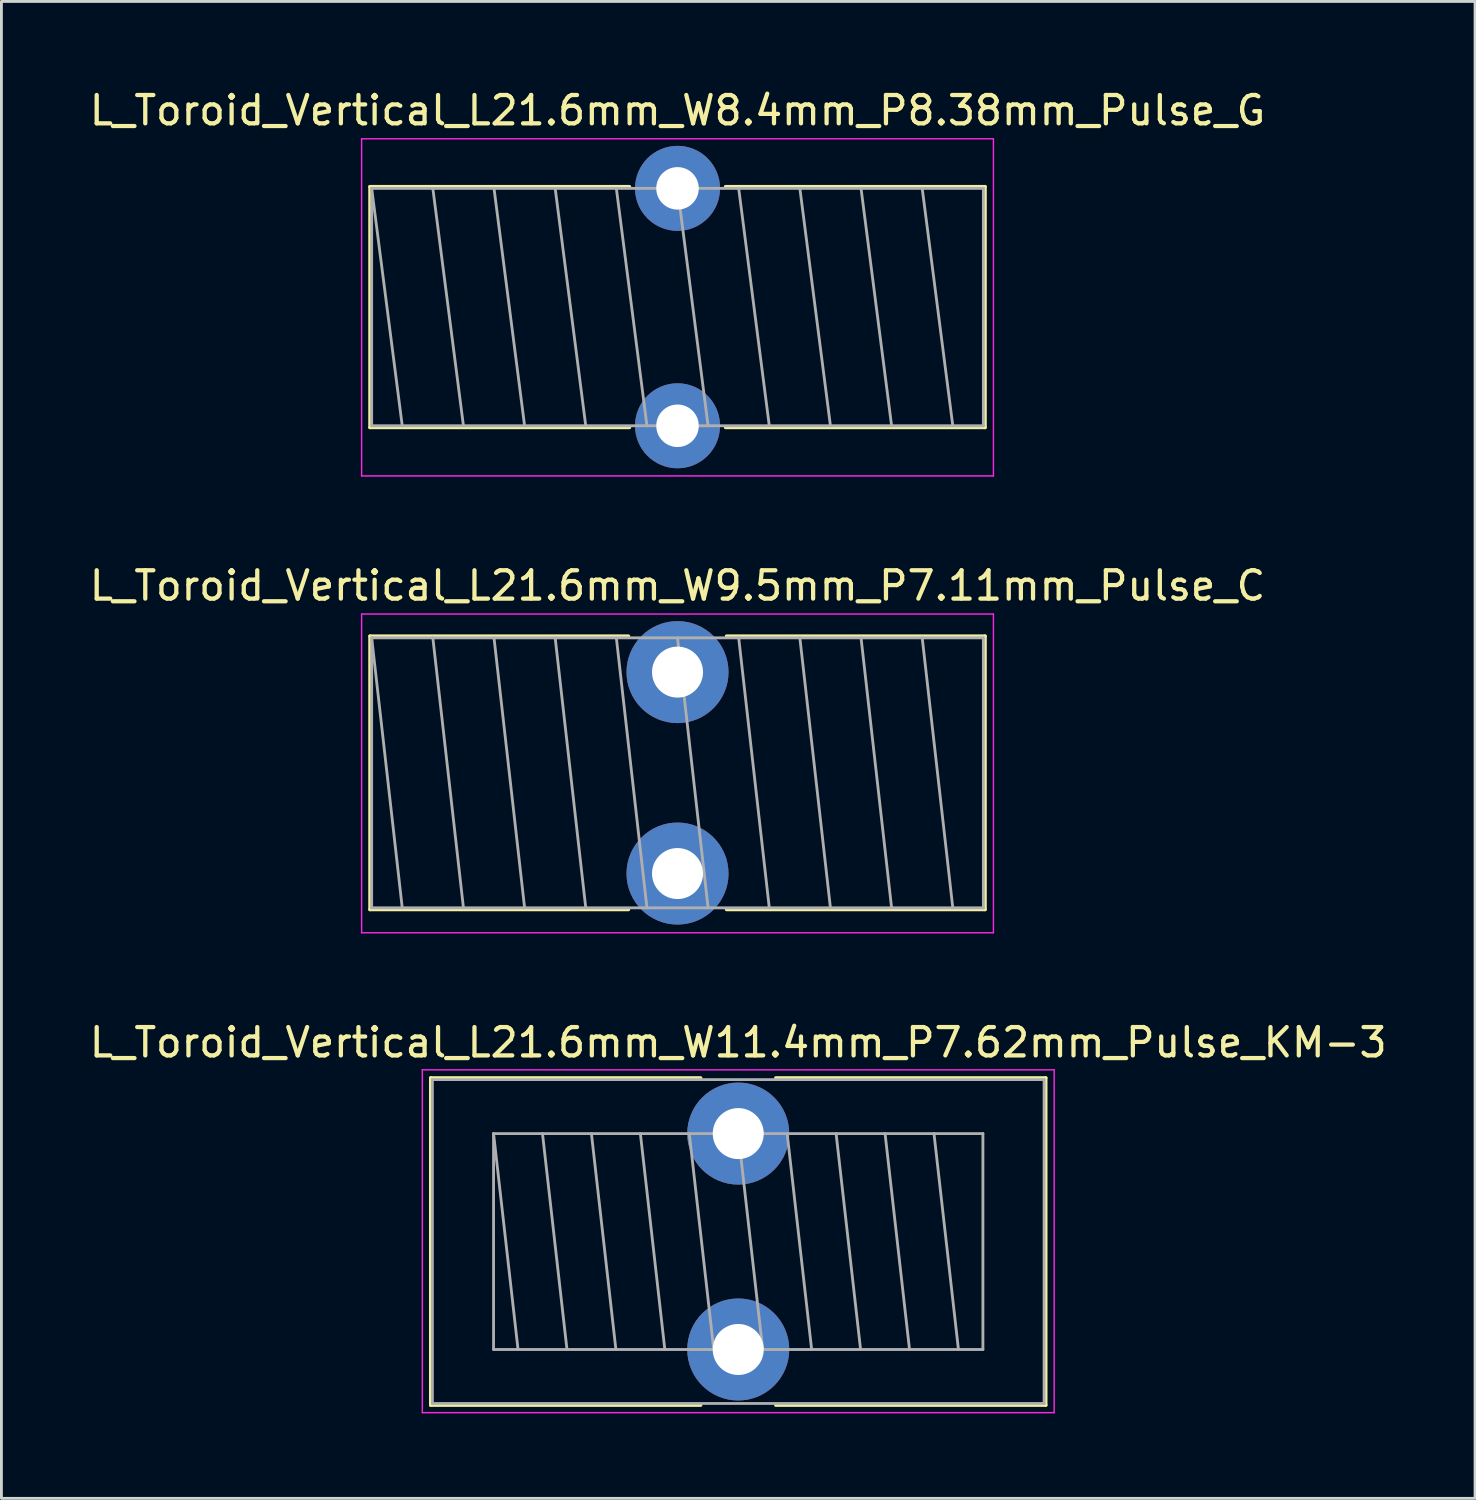
<source format=kicad_pcb>
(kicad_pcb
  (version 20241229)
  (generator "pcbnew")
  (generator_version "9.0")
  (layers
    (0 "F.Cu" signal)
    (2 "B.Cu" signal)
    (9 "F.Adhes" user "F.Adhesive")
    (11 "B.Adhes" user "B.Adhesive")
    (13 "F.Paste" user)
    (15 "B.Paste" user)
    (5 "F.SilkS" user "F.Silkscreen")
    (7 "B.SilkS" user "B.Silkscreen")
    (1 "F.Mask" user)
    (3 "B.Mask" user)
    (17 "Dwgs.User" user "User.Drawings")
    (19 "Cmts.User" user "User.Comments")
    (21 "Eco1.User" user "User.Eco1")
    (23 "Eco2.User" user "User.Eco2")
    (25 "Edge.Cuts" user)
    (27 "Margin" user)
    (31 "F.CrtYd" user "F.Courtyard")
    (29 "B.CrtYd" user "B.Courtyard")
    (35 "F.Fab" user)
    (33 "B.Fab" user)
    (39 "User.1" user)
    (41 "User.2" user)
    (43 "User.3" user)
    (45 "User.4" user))
  (footprint "L_Toroid_Vertical_L21.6mm_W8.4mm_P8.38mm_Pulse_G"
    (layer "F.Cu")
    (at 20.863 3.598)
    (property "Reference" "L_Toroid_Vertical_L21.6mm_W8.4mm_P8.38mm_Pulse_G" (at 0 -2.75 0) (layer "F.SilkS") (effects (font (size 1 1) (thickness 0.15))))
    (attr through_hole)
    (fp_line (start -10.855 -0.06) (end -10.855 8.44) (stroke (width 0.12) (type solid)) (layer "F.SilkS"))
    (fp_line (start -10.855 -0.06) (end -1.695 -0.06) (stroke (width 0.12) (type solid)) (layer "F.SilkS"))
    (fp_line (start -10.855 8.44) (end -1.695 8.44) (stroke (width 0.12) (type solid)) (layer "F.SilkS"))
    (fp_line (start 1.695 -0.06) (end 10.855 -0.06) (stroke (width 0.12) (type solid)) (layer "F.SilkS"))
    (fp_line (start 1.695 8.44) (end 10.855 8.44) (stroke (width 0.12) (type solid)) (layer "F.SilkS"))
    (fp_line (start 10.855 -0.06) (end 10.855 8.44) (stroke (width 0.12) (type solid)) (layer "F.SilkS"))
    (fp_line (start -11.15 -1.75) (end -11.15 10.15) (stroke (width 0.05) (type solid)) (layer "F.CrtYd"))
    (fp_line (start -11.15 10.15) (end 11.15 10.15) (stroke (width 0.05) (type solid)) (layer "F.CrtYd"))
    (fp_line (start 11.15 -1.75) (end -11.15 -1.75) (stroke (width 0.05) (type solid)) (layer "F.CrtYd"))
    (fp_line (start 11.15 10.15) (end 11.15 -1.75) (stroke (width 0.05) (type solid)) (layer "F.CrtYd"))
    (fp_line (start -10.795 0) (end -10.795 8.38) (stroke (width 0.1) (type solid)) (layer "F.Fab"))
    (fp_line (start -10.795 0) (end -9.716 8.38) (stroke (width 0.1) (type solid)) (layer "F.Fab"))
    (fp_line (start -10.795 8.38) (end 10.795 8.38) (stroke (width 0.1) (type solid)) (layer "F.Fab"))
    (fp_line (start -8.636 0) (end -7.556 8.38) (stroke (width 0.1) (type solid)) (layer "F.Fab"))
    (fp_line (start -6.477 0) (end -5.397 8.38) (stroke (width 0.1) (type solid)) (layer "F.Fab"))
    (fp_line (start -4.318 0) (end -3.239 8.38) (stroke (width 0.1) (type solid)) (layer "F.Fab"))
    (fp_line (start -2.159 0) (end -1.079 8.38) (stroke (width 0.1) (type solid)) (layer "F.Fab"))
    (fp_line (start 0 0) (end 1.079 8.38) (stroke (width 0.1) (type solid)) (layer "F.Fab"))
    (fp_line (start 2.159 0) (end 3.239 8.38) (stroke (width 0.1) (type solid)) (layer "F.Fab"))
    (fp_line (start 4.318 0) (end 5.397 8.38) (stroke (width 0.1) (type solid)) (layer "F.Fab"))
    (fp_line (start 6.477 0) (end 7.556 8.38) (stroke (width 0.1) (type solid)) (layer "F.Fab"))
    (fp_line (start 8.636 0) (end 9.716 8.38) (stroke (width 0.1) (type solid)) (layer "F.Fab"))
    (fp_line (start 10.795 0) (end -10.795 0) (stroke (width 0.1) (type solid)) (layer "F.Fab"))
    (fp_line (start 10.795 8.38) (end 10.795 0) (stroke (width 0.1) (type solid)) (layer "F.Fab"))
    (pad "1" thru_hole circle (at 0 0) (size 3 3) (drill 1.5) (layers "*.Cu" "*.Mask"))
    (pad "2" thru_hole circle (at 0 8.38) (size 3 3) (drill 1.5) (layers "*.Cu" "*.Mask")))
  (footprint "L_Toroid_Vertical_L21.6mm_W9.5mm_P7.11mm_Pulse_C"
    (layer "F.Cu")
    (at 20.863 20.672)
    (property "Reference" "L_Toroid_Vertical_L21.6mm_W9.5mm_P7.11mm_Pulse_C" (at 0 -3.05 0) (layer "F.SilkS") (effects (font (size 1 1) (thickness 0.15))))
    (attr through_hole)
    (fp_line (start -10.855 -1.27) (end -10.855 8.38) (stroke (width 0.12) (type solid)) (layer "F.SilkS"))
    (fp_line (start -10.855 -1.27) (end -1.73 -1.27) (stroke (width 0.12) (type solid)) (layer "F.SilkS"))
    (fp_line (start -10.855 8.38) (end -1.73 8.38) (stroke (width 0.12) (type solid)) (layer "F.SilkS"))
    (fp_line (start 1.73 -1.27) (end 10.855 -1.27) (stroke (width 0.12) (type solid)) (layer "F.SilkS"))
    (fp_line (start 1.73 8.38) (end 10.855 8.38) (stroke (width 0.12) (type solid)) (layer "F.SilkS"))
    (fp_line (start 10.855 -1.27) (end 10.855 8.38) (stroke (width 0.12) (type solid)) (layer "F.SilkS"))
    (fp_line (start -11.15 -2.05) (end -11.15 9.2) (stroke (width 0.05) (type solid)) (layer "F.CrtYd"))
    (fp_line (start -11.15 9.2) (end 11.15 9.2) (stroke (width 0.05) (type solid)) (layer "F.CrtYd"))
    (fp_line (start 11.15 -2.05) (end -11.15 -2.05) (stroke (width 0.05) (type solid)) (layer "F.CrtYd"))
    (fp_line (start 11.15 9.2) (end 11.15 -2.05) (stroke (width 0.05) (type solid)) (layer "F.CrtYd"))
    (fp_line (start -10.795 -1.21) (end -10.795 8.32) (stroke (width 0.1) (type solid)) (layer "F.Fab"))
    (fp_line (start -10.795 -1.21) (end -9.716 8.32) (stroke (width 0.1) (type solid)) (layer "F.Fab"))
    (fp_line (start -10.795 8.32) (end 10.795 8.32) (stroke (width 0.1) (type solid)) (layer "F.Fab"))
    (fp_line (start -8.636 -1.21) (end -7.556 8.32) (stroke (width 0.1) (type solid)) (layer "F.Fab"))
    (fp_line (start -6.477 -1.21) (end -5.397 8.32) (stroke (width 0.1) (type solid)) (layer "F.Fab"))
    (fp_line (start -4.318 -1.21) (end -3.239 8.32) (stroke (width 0.1) (type solid)) (layer "F.Fab"))
    (fp_line (start -2.159 -1.21) (end -1.079 8.32) (stroke (width 0.1) (type solid)) (layer "F.Fab"))
    (fp_line (start 0 -1.21) (end 1.079 8.32) (stroke (width 0.1) (type solid)) (layer "F.Fab"))
    (fp_line (start 2.159 -1.21) (end 3.239 8.32) (stroke (width 0.1) (type solid)) (layer "F.Fab"))
    (fp_line (start 4.318 -1.21) (end 5.397 8.32) (stroke (width 0.1) (type solid)) (layer "F.Fab"))
    (fp_line (start 6.477 -1.21) (end 7.556 8.32) (stroke (width 0.1) (type solid)) (layer "F.Fab"))
    (fp_line (start 8.636 -1.21) (end 9.716 8.32) (stroke (width 0.1) (type solid)) (layer "F.Fab"))
    (fp_line (start 10.795 -1.21) (end -10.795 -1.21) (stroke (width 0.1) (type solid)) (layer "F.Fab"))
    (fp_line (start 10.795 8.32) (end 10.795 -1.21) (stroke (width 0.1) (type solid)) (layer "F.Fab"))
    (pad "1" thru_hole circle (at 0 0) (size 3.6 3.6) (drill 1.8) (layers "*.Cu" "*.Mask"))
    (pad "2" thru_hole circle (at 0 7.11) (size 3.6 3.6) (drill 1.8) (layers "*.Cu" "*.Mask")))
  (footprint "L_Toroid_Vertical_L21.6mm_W11.4mm_P7.62mm_Pulse_KM-3"
    (layer "F.Cu")
    (at 23.006 36.96)
    (property "Reference" "L_Toroid_Vertical_L21.6mm_W11.4mm_P7.62mm_Pulse_KM-3" (at 0 -3.215 0) (layer "F.SilkS") (effects (font (size 1 1) (thickness 0.15))))
    (attr through_hole)
    (fp_line (start -10.855 -1.965) (end -10.855 9.585) (stroke (width 0.12) (type solid)) (layer "F.SilkS"))
    (fp_line (start -10.855 -1.965) (end -1.325 -1.965) (stroke (width 0.12) (type solid)) (layer "F.SilkS"))
    (fp_line (start -10.855 9.585) (end -1.325 9.585) (stroke (width 0.12) (type solid)) (layer "F.SilkS"))
    (fp_line (start 1.325 -1.965) (end 10.855 -1.965) (stroke (width 0.12) (type solid)) (layer "F.SilkS"))
    (fp_line (start 1.325 9.585) (end 10.855 9.585) (stroke (width 0.12) (type solid)) (layer "F.SilkS"))
    (fp_line (start 10.855 -1.965) (end 10.855 9.585) (stroke (width 0.12) (type solid)) (layer "F.SilkS"))
    (fp_line (start -11.15 -2.25) (end -11.15 9.85) (stroke (width 0.05) (type solid)) (layer "F.CrtYd"))
    (fp_line (start -11.15 9.85) (end 11.15 9.85) (stroke (width 0.05) (type solid)) (layer "F.CrtYd"))
    (fp_line (start 11.15 -2.25) (end -11.15 -2.25) (stroke (width 0.05) (type solid)) (layer "F.CrtYd"))
    (fp_line (start 11.15 9.85) (end 11.15 -2.25) (stroke (width 0.05) (type solid)) (layer "F.CrtYd"))
    (fp_line (start -10.795 -1.905) (end -10.795 9.525) (stroke (width 0.1) (type solid)) (layer "F.Fab"))
    (fp_line (start -10.795 9.525) (end 10.795 9.525) (stroke (width 0.1) (type solid)) (layer "F.Fab"))
    (fp_line (start -8.636 0) (end -8.636 7.62) (stroke (width 0.1) (type solid)) (layer "F.Fab"))
    (fp_line (start -8.636 0) (end -7.772 7.62) (stroke (width 0.1) (type solid)) (layer "F.Fab"))
    (fp_line (start -8.636 7.62) (end 8.636 7.62) (stroke (width 0.1) (type solid)) (layer "F.Fab"))
    (fp_line (start -6.909 0) (end -6.045 7.62) (stroke (width 0.1) (type solid)) (layer "F.Fab"))
    (fp_line (start -5.182 0) (end -4.318 7.62) (stroke (width 0.1) (type solid)) (layer "F.Fab"))
    (fp_line (start -3.454 0) (end -2.591 7.62) (stroke (width 0.1) (type solid)) (layer "F.Fab"))
    (fp_line (start -1.727 0) (end -0.864 7.62) (stroke (width 0.1) (type solid)) (layer "F.Fab"))
    (fp_line (start 0 0) (end 0.864 7.62) (stroke (width 0.1) (type solid)) (layer "F.Fab"))
    (fp_line (start 1.727 0) (end 2.591 7.62) (stroke (width 0.1) (type solid)) (layer "F.Fab"))
    (fp_line (start 3.454 0) (end 4.318 7.62) (stroke (width 0.1) (type solid)) (layer "F.Fab"))
    (fp_line (start 5.182 0) (end 6.045 7.62) (stroke (width 0.1) (type solid)) (layer "F.Fab"))
    (fp_line (start 6.909 0) (end 7.772 7.62) (stroke (width 0.1) (type solid)) (layer "F.Fab"))
    (fp_line (start 8.636 0) (end -8.636 0) (stroke (width 0.1) (type solid)) (layer "F.Fab"))
    (fp_line (start 8.636 7.62) (end 8.636 0) (stroke (width 0.1) (type solid)) (layer "F.Fab"))
    (fp_line (start 10.795 -1.905) (end -10.795 -1.905) (stroke (width 0.1) (type solid)) (layer "F.Fab"))
    (fp_line (start 10.795 9.525) (end 10.795 -1.905) (stroke (width 0.1) (type solid)) (layer "F.Fab"))
    (pad "1" thru_hole circle (at 0 0) (size 3.6 3.6) (drill 1.8) (layers "*.Cu" "*.Mask"))
    (pad "2" thru_hole circle (at 0 7.62) (size 3.6 3.6) (drill 1.8) (layers "*.Cu" "*.Mask")))
  (gr_rect
    (start -3 -3)
    (end 49.012 49.835)
    (stroke (width 0.1) (type default))
    (fill no)
    (layer "Edge.Cuts")))
</source>
